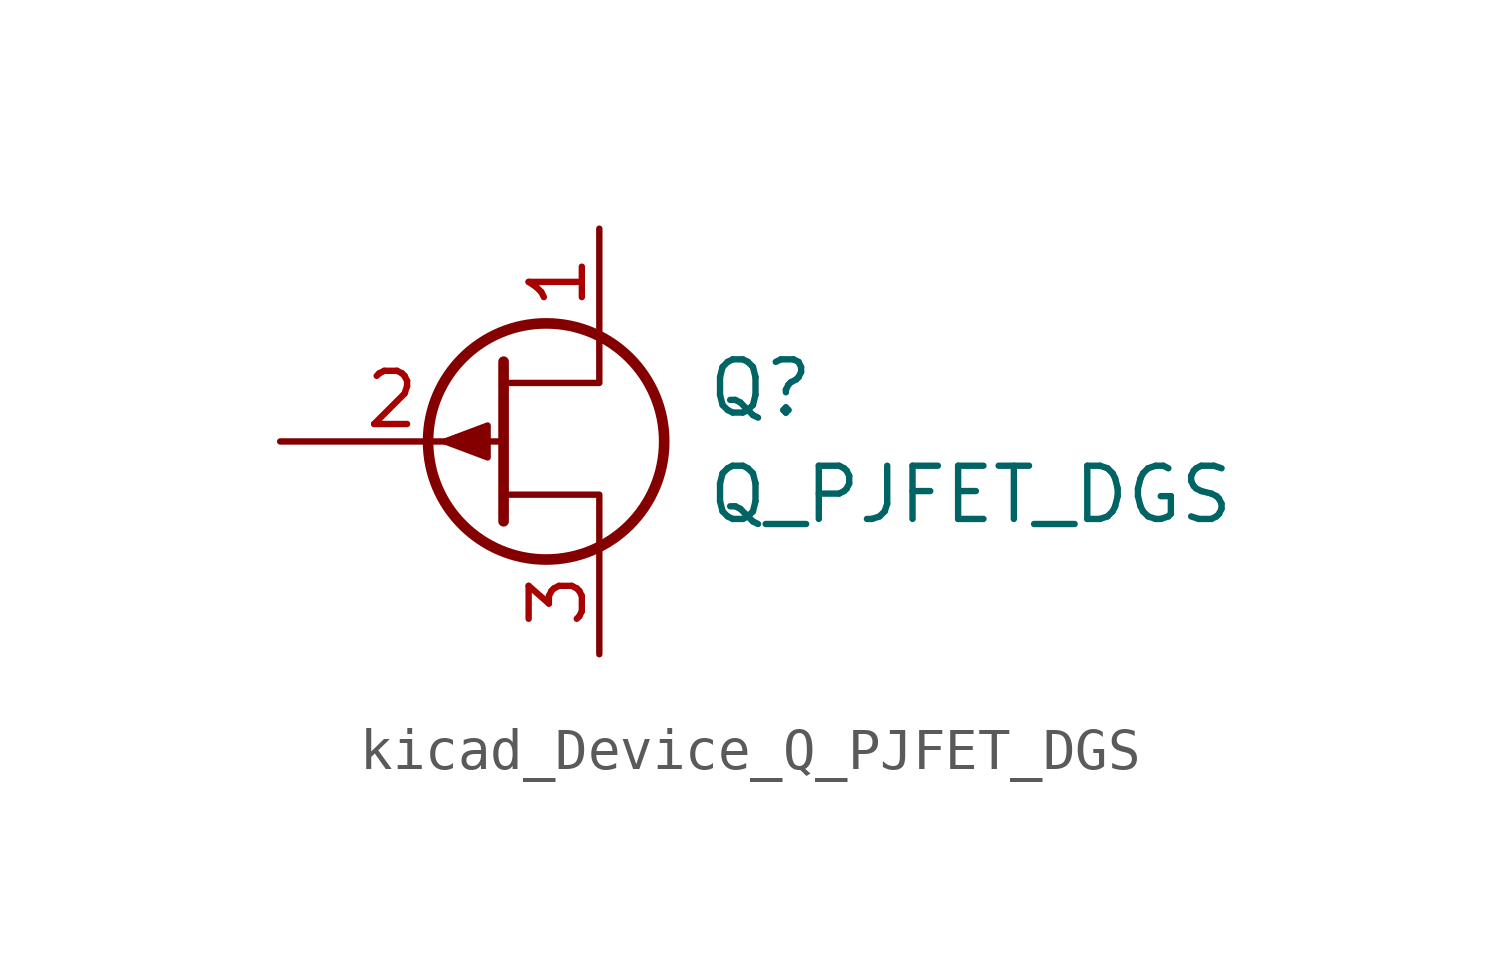
<source format=kicad_sym>
(kicad_symbol_lib
  (version 20220914)
  (generator kicad_symbol_editor)
  (symbol "kicad_Device_Q_PJFET_DGS"
    (pin_names
      (offset 0) hide)
    (property "Reference" "Q"
      (at 5.08 1.27 0)
      (effects (font (size 1.27 1.27)) (justify left)))
    (property "Value" "Q_PJFET_DGS"
      (at 5.08 -1.27 0)
      (effects (font (size 1.27 1.27)) (justify left)))
    (symbol "kicad_Device_Q_PJFET_DGS_0_1"
      (polyline (pts (xy 0.254 1.905) (xy 0.254 -1.905) (xy 0.254 -1.905)) (stroke (width 0.254) (type default)) (fill (type none)))
      (polyline (pts (xy 2.54 -2.54) (xy 2.54 -1.27) (xy 0.254 -1.27)) (stroke (width 0) (type default)) (fill (type none)))
      (polyline (pts (xy 2.54 2.54) (xy 2.54 1.397) (xy 0.254 1.397)) (stroke (width 0) (type default)) (fill (type none)))
      (polyline (pts (xy -1.143 0) (xy -0.127 0.381) (xy -0.127 -0.381) (xy -1.143 0)) (stroke (width 0) (type default)) (fill (type outline)))
      (circle (center 1.27 0) (radius 2.819) (stroke (width 0.254) (type default)) (fill (type none))))
    (symbol "kicad_Device_Q_PJFET_DGS_1_1"
      (pin passive line (at 2.54 5.08 270) (length 2.54) (name "D" (effects (font (size 1.27 1.27)))) (number "1" (effects (font (size 1.27 1.27)))))
      (pin input line (at -5.08 0 0) (length 5.334) (name "G" (effects (font (size 1.27 1.27)))) (number "2" (effects (font (size 1.27 1.27)))))
      (pin passive line (at 2.54 -5.08 90) (length 2.54) (name "S" (effects (font (size 1.27 1.27)))) (number "3" (effects (font (size 1.27 1.27))))))))
</source>
